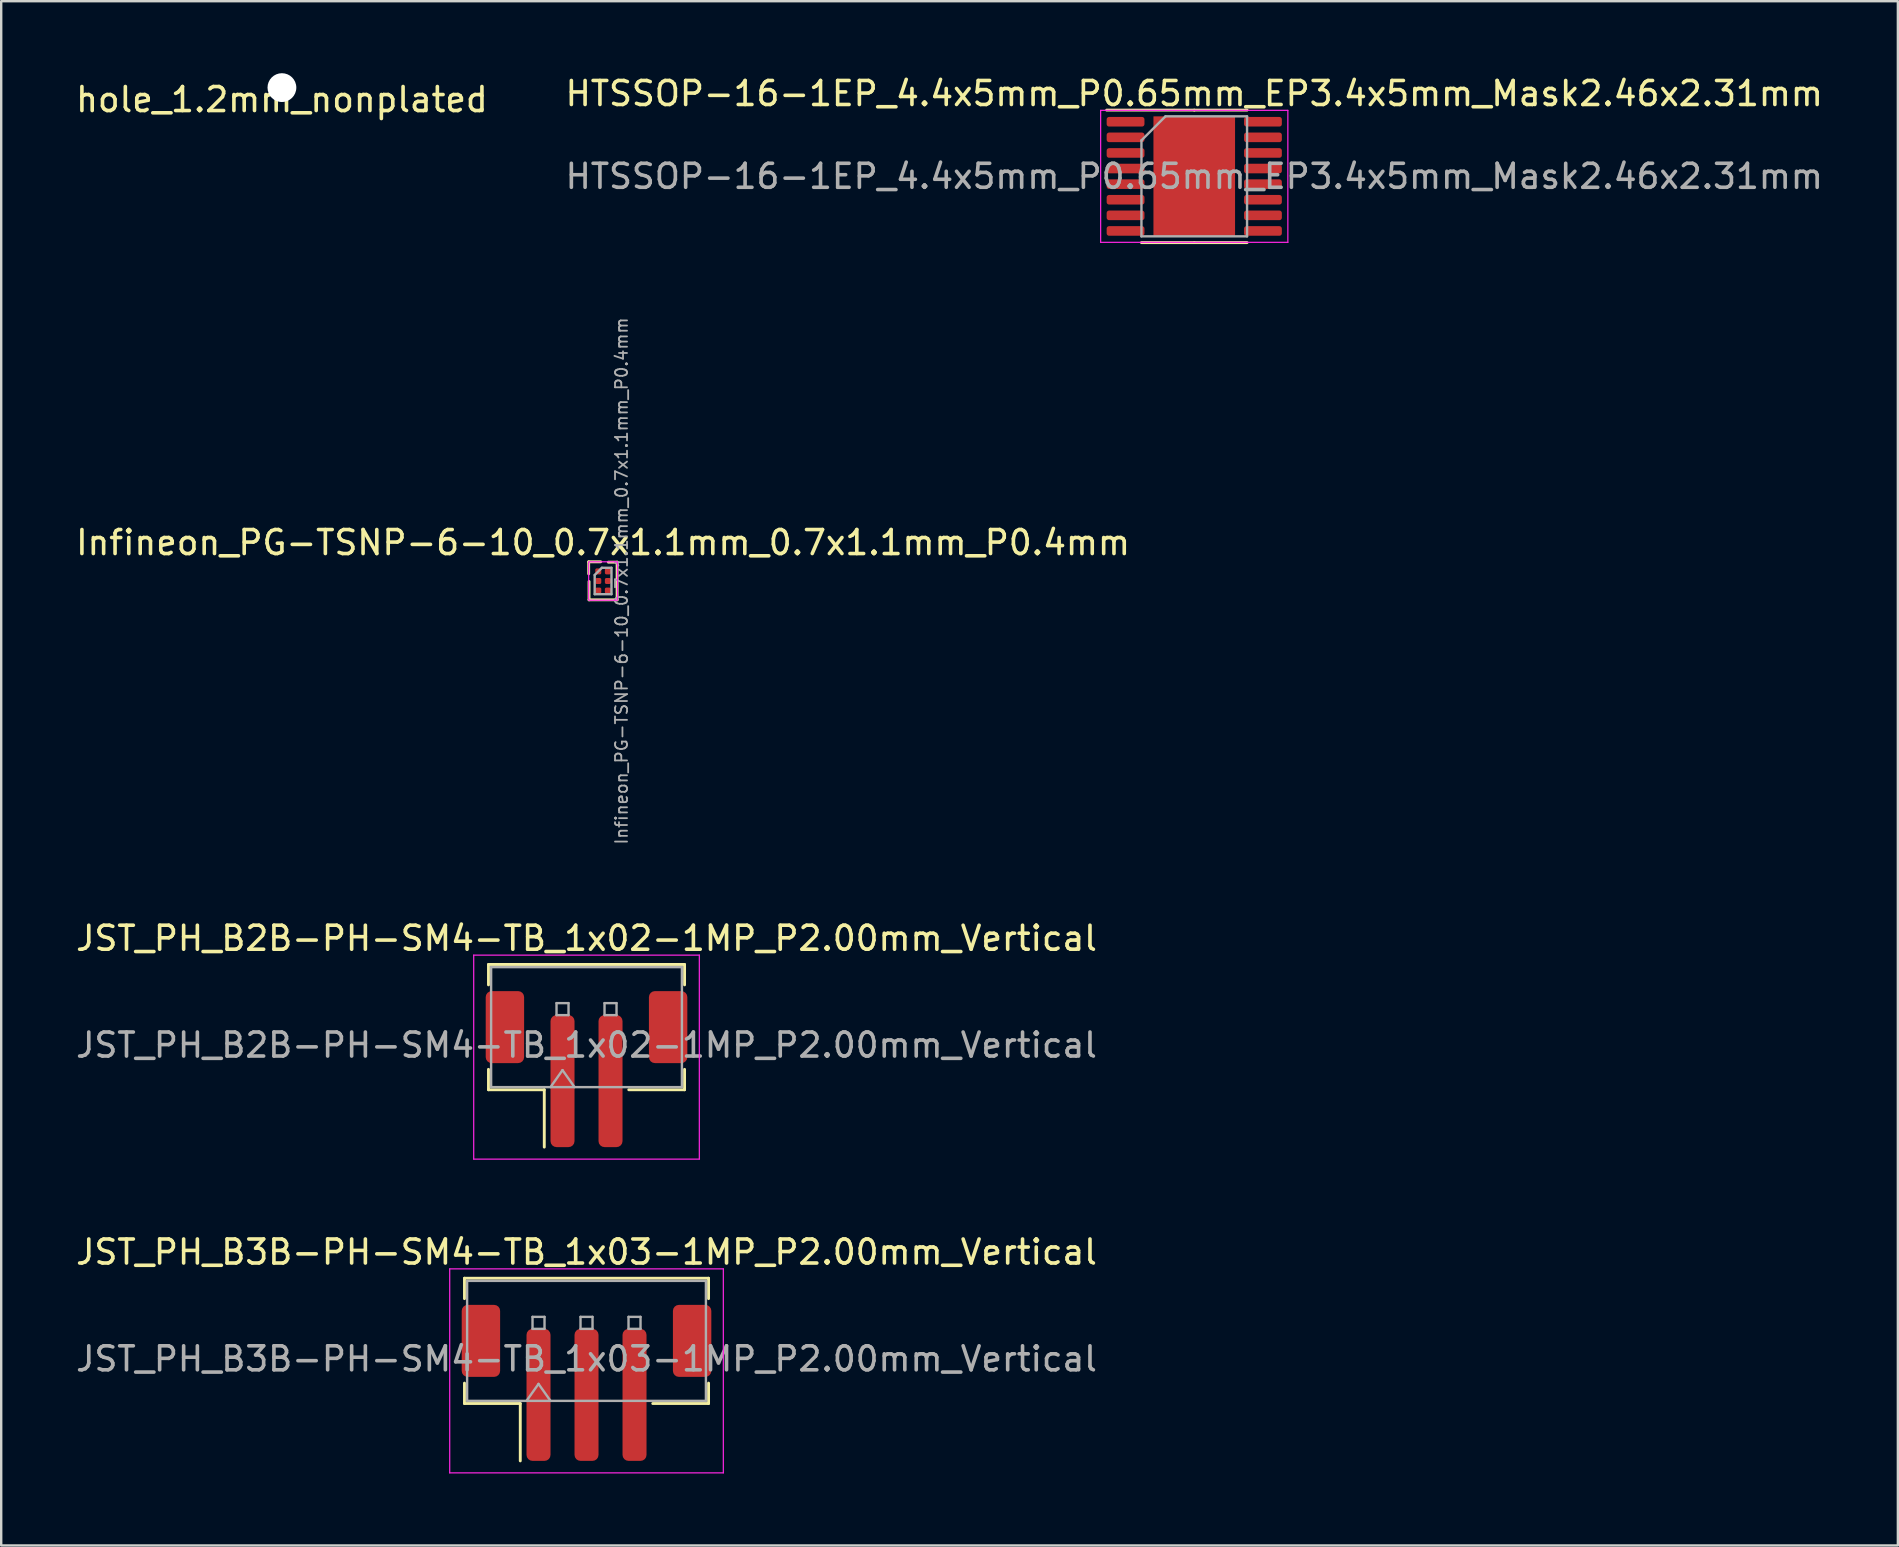
<source format=kicad_pcb>
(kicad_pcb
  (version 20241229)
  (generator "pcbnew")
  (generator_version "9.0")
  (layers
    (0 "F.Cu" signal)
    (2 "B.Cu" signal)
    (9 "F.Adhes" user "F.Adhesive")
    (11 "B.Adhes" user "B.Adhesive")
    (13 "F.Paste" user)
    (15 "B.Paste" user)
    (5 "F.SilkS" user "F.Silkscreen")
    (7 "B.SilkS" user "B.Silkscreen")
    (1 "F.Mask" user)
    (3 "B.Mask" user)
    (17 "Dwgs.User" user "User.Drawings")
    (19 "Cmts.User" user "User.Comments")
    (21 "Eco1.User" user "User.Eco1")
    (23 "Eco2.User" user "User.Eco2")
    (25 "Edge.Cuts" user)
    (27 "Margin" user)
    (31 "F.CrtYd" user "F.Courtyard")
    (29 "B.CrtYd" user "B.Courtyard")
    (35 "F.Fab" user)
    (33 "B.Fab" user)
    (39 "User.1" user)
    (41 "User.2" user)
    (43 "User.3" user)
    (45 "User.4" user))
  (footprint "JST_PH_B3B-PH-SM4-TB_1x03-1MP_P2.00mm_Vertical"
    (layer "F.Cu")
    (at 21.387 54.567)
    (property "Reference" "JST_PH_B3B-PH-SM4-TB_1x03-1MP_P2.00mm_Vertical" (at 0 -5.45 0) (layer "F.SilkS") (effects (font (size 1 1) (thickness 0.15))))
    (attr smd)
    (fp_line (start -5.085 -4.36) (end 5.085 -4.36) (stroke (width 0.12) (type solid)) (layer "F.SilkS"))
    (fp_line (start -5.085 -3.51) (end -5.085 -4.36) (stroke (width 0.12) (type solid)) (layer "F.SilkS"))
    (fp_line (start -5.085 0.01) (end -5.085 0.86) (stroke (width 0.12) (type solid)) (layer "F.SilkS"))
    (fp_line (start -5.085 0.86) (end -2.76 0.86) (stroke (width 0.12) (type solid)) (layer "F.SilkS"))
    (fp_line (start -2.76 0.86) (end -2.76 3.25) (stroke (width 0.12) (type solid)) (layer "F.SilkS"))
    (fp_line (start 5.085 -4.36) (end 5.085 -3.51) (stroke (width 0.12) (type solid)) (layer "F.SilkS"))
    (fp_line (start 5.085 0.01) (end 5.085 0.86) (stroke (width 0.12) (type solid)) (layer "F.SilkS"))
    (fp_line (start 5.085 0.86) (end 2.76 0.86) (stroke (width 0.12) (type solid)) (layer "F.SilkS"))
    (fp_line (start -5.7 -4.75) (end -5.7 3.75) (stroke (width 0.05) (type solid)) (layer "F.CrtYd"))
    (fp_line (start -5.7 3.75) (end 5.7 3.75) (stroke (width 0.05) (type solid)) (layer "F.CrtYd"))
    (fp_line (start 5.7 -4.75) (end -5.7 -4.75) (stroke (width 0.05) (type solid)) (layer "F.CrtYd"))
    (fp_line (start 5.7 3.75) (end 5.7 -4.75) (stroke (width 0.05) (type solid)) (layer "F.CrtYd"))
    (fp_line (start -4.975 -4.25) (end 4.975 -4.25) (stroke (width 0.1) (type solid)) (layer "F.Fab"))
    (fp_line (start -4.975 0.75) (end -4.975 -4.25) (stroke (width 0.1) (type solid)) (layer "F.Fab"))
    (fp_line (start -4.975 0.75) (end 4.975 0.75) (stroke (width 0.1) (type solid)) (layer "F.Fab"))
    (fp_line (start -2.5 0.75) (end -2 0.043) (stroke (width 0.1) (type solid)) (layer "F.Fab"))
    (fp_line (start -2.25 -2.75) (end -2.25 -2.25) (stroke (width 0.1) (type solid)) (layer "F.Fab"))
    (fp_line (start -2.25 -2.25) (end -1.75 -2.25) (stroke (width 0.1) (type solid)) (layer "F.Fab"))
    (fp_line (start -2 0.043) (end -1.5 0.75) (stroke (width 0.1) (type solid)) (layer "F.Fab"))
    (fp_line (start -1.75 -2.75) (end -2.25 -2.75) (stroke (width 0.1) (type solid)) (layer "F.Fab"))
    (fp_line (start -1.75 -2.25) (end -1.75 -2.75) (stroke (width 0.1) (type solid)) (layer "F.Fab"))
    (fp_line (start -0.25 -2.75) (end -0.25 -2.25) (stroke (width 0.1) (type solid)) (layer "F.Fab"))
    (fp_line (start -0.25 -2.25) (end 0.25 -2.25) (stroke (width 0.1) (type solid)) (layer "F.Fab"))
    (fp_line (start 0.25 -2.75) (end -0.25 -2.75) (stroke (width 0.1) (type solid)) (layer "F.Fab"))
    (fp_line (start 0.25 -2.25) (end 0.25 -2.75) (stroke (width 0.1) (type solid)) (layer "F.Fab"))
    (fp_line (start 1.75 -2.75) (end 1.75 -2.25) (stroke (width 0.1) (type solid)) (layer "F.Fab"))
    (fp_line (start 1.75 -2.25) (end 2.25 -2.25) (stroke (width 0.1) (type solid)) (layer "F.Fab"))
    (fp_line (start 2.25 -2.75) (end 1.75 -2.75) (stroke (width 0.1) (type solid)) (layer "F.Fab"))
    (fp_line (start 2.25 -2.25) (end 2.25 -2.75) (stroke (width 0.1) (type solid)) (layer "F.Fab"))
    (fp_line (start 4.975 0.75) (end 4.975 -4.25) (stroke (width 0.1) (type solid)) (layer "F.Fab"))
    (fp_text user "${REFERENCE}" (at 0 -1 0) (layer "F.Fab") (effects (font (size 1 1) (thickness 0.15))))
    (pad "1" smd roundrect (at -2 0.5) (size 1 5.5) (layers "F.Cu" "F.Mask" "F.Paste") (roundrect_rratio 0.25))
    (pad "2" smd roundrect (at 0 0.5) (size 1 5.5) (layers "F.Cu" "F.Mask" "F.Paste") (roundrect_rratio 0.25))
    (pad "3" smd roundrect (at 2 0.5) (size 1 5.5) (layers "F.Cu" "F.Mask" "F.Paste") (roundrect_rratio 0.25))
    (pad "MP" smd roundrect (at -4.4 -1.75) (size 1.6 3) (layers "F.Cu" "F.Mask" "F.Paste") (roundrect_rratio 0.156))
    (pad "MP" smd roundrect (at 4.4 -1.75) (size 1.6 3) (layers "F.Cu" "F.Mask" "F.Paste") (roundrect_rratio 0.156)))
  (footprint "hole_1.2mm_nonplated"
    (layer "F.Cu")
    (at 8.696 0.6)
    (property "Reference" "hole_1.2mm_nonplated" (at 0 0.5 0) (layer "F.SilkS") (effects (font (size 1 1) (thickness 0.15))))
    (attr through_hole)
    (pad "" np_thru_hole circle (at 0 0) (size 1.2 1.2) (drill 1.2) (layers "*.Cu" "*.Mask")))
  (footprint "HTSSOP-16-1EP_4.4x5mm_P0.65mm_EP3.4x5mm_Mask2.46x2.31mm"
    (layer "F.Cu")
    (at 46.708 4.298)
    (property "Reference" "HTSSOP-16-1EP_4.4x5mm_P0.65mm_EP3.4x5mm_Mask2.46x2.31mm" (at 0 -3.45 0) (layer "F.SilkS") (effects (font (size 1 1) (thickness 0.15))))
    (attr smd)
    (fp_line (start 0 -2.76) (end -3.65 -2.76) (stroke (width 0.12) (type solid)) (layer "F.SilkS"))
    (fp_line (start 0 -2.76) (end 2.2 -2.76) (stroke (width 0.12) (type solid)) (layer "F.SilkS"))
    (fp_line (start 0 2.76) (end -2.2 2.76) (stroke (width 0.12) (type solid)) (layer "F.SilkS"))
    (fp_line (start 0 2.76) (end 2.2 2.76) (stroke (width 0.12) (type solid)) (layer "F.SilkS"))
    (fp_line (start -3.9 -2.75) (end -3.9 2.75) (stroke (width 0.05) (type solid)) (layer "F.CrtYd"))
    (fp_line (start -3.9 2.75) (end 3.9 2.75) (stroke (width 0.05) (type solid)) (layer "F.CrtYd"))
    (fp_line (start 3.9 -2.75) (end -3.9 -2.75) (stroke (width 0.05) (type solid)) (layer "F.CrtYd"))
    (fp_line (start 3.9 2.75) (end 3.9 -2.75) (stroke (width 0.05) (type solid)) (layer "F.CrtYd"))
    (fp_line (start -2.2 -1.5) (end -1.2 -2.5) (stroke (width 0.1) (type solid)) (layer "F.Fab"))
    (fp_line (start -2.2 2.5) (end -2.2 -1.5) (stroke (width 0.1) (type solid)) (layer "F.Fab"))
    (fp_line (start -1.2 -2.5) (end 2.2 -2.5) (stroke (width 0.1) (type solid)) (layer "F.Fab"))
    (fp_line (start 2.2 -2.5) (end 2.2 2.5) (stroke (width 0.1) (type solid)) (layer "F.Fab"))
    (fp_line (start 2.2 2.5) (end -2.2 2.5) (stroke (width 0.1) (type solid)) (layer "F.Fab"))
    (fp_text user "${REFERENCE}" (at 0 0 0) (layer "F.Fab") (effects (font (size 1 1) (thickness 0.15))))
    (pad "" smd roundrect (at 0 -0.58) (size 1.98 0.93) (layers "F.Paste") (roundrect_rratio 0.25))
    (pad "" smd rect (at 0 0) (size 2.46 2.31) (layers "F.Mask"))
    (pad "" smd roundrect (at 0 0.58) (size 1.98 0.93) (layers "F.Paste") (roundrect_rratio 0.25))
    (pad "1" smd roundrect (at -2.862 -2.275) (size 1.575 0.4) (layers "F.Cu" "F.Mask" "F.Paste") (roundrect_rratio 0.25))
    (pad "2" smd roundrect (at -2.862 -1.625) (size 1.575 0.4) (layers "F.Cu" "F.Mask" "F.Paste") (roundrect_rratio 0.25))
    (pad "3" smd roundrect (at -2.862 -0.975) (size 1.575 0.4) (layers "F.Cu" "F.Mask" "F.Paste") (roundrect_rratio 0.25))
    (pad "4" smd roundrect (at -2.862 -0.325) (size 1.575 0.4) (layers "F.Cu" "F.Mask" "F.Paste") (roundrect_rratio 0.25))
    (pad "5" smd roundrect (at -2.862 0.325) (size 1.575 0.4) (layers "F.Cu" "F.Mask" "F.Paste") (roundrect_rratio 0.25))
    (pad "6" smd roundrect (at -2.862 0.975) (size 1.575 0.4) (layers "F.Cu" "F.Mask" "F.Paste") (roundrect_rratio 0.25))
    (pad "7" smd roundrect (at -2.862 1.625) (size 1.575 0.4) (layers "F.Cu" "F.Mask" "F.Paste") (roundrect_rratio 0.25))
    (pad "8" smd roundrect (at -2.862 2.275) (size 1.575 0.4) (layers "F.Cu" "F.Mask" "F.Paste") (roundrect_rratio 0.25))
    (pad "9" smd roundrect (at 2.862 2.275) (size 1.575 0.4) (layers "F.Cu" "F.Mask" "F.Paste") (roundrect_rratio 0.25))
    (pad "10" smd roundrect (at 2.862 1.625) (size 1.575 0.4) (layers "F.Cu" "F.Mask" "F.Paste") (roundrect_rratio 0.25))
    (pad "11" smd roundrect (at 2.862 0.975) (size 1.575 0.4) (layers "F.Cu" "F.Mask" "F.Paste") (roundrect_rratio 0.25))
    (pad "12" smd roundrect (at 2.862 0.325) (size 1.575 0.4) (layers "F.Cu" "F.Mask" "F.Paste") (roundrect_rratio 0.25))
    (pad "13" smd roundrect (at 2.862 -0.325) (size 1.575 0.4) (layers "F.Cu" "F.Mask" "F.Paste") (roundrect_rratio 0.25))
    (pad "14" smd roundrect (at 2.862 -0.975) (size 1.575 0.4) (layers "F.Cu" "F.Mask" "F.Paste") (roundrect_rratio 0.25))
    (pad "15" smd roundrect (at 2.862 -1.625) (size 1.575 0.4) (layers "F.Cu" "F.Mask" "F.Paste") (roundrect_rratio 0.25))
    (pad "16" smd roundrect (at 2.862 -2.275) (size 1.575 0.4) (layers "F.Cu" "F.Mask" "F.Paste") (roundrect_rratio 0.25))
    (pad "17" smd rect (at 0 0) (size 3.4 5) (layers "F.Cu")))
  (footprint "Infineon_PG-TSNP-6-10_0.7x1.1mm_0.7x1.1mm_P0.4mm"
    (layer "F.Cu")
    (at 22.077 21.157)
    (property "Reference" "Infineon_PG-TSNP-6-10_0.7x1.1mm_0.7x1.1mm_P0.4mm" (at 0 -1.6 0) (layer "F.SilkS") (effects (font (size 1 1) (thickness 0.15))))
    (attr smd)
    (fp_line (start -0.6 -0.8) (end -0.1 -0.8) (stroke (width 0.12) (type default)) (layer "F.SilkS"))
    (fp_line (start -0.6 -0.3) (end -0.6 -0.8) (stroke (width 0.12) (type default)) (layer "F.SilkS"))
    (fp_line (start -0.585 0.02) (end -0.585 0.785) (stroke (width 0.12) (type default)) (layer "F.SilkS"))
    (fp_line (start -0.585 0.785) (end 0.585 0.785) (stroke (width 0.12) (type default)) (layer "F.SilkS"))
    (fp_line (start 0.585 -0.785) (end 0.22 -0.785) (stroke (width 0.12) (type default)) (layer "F.SilkS"))
    (fp_line (start 0.585 0.785) (end 0.585 -0.785) (stroke (width 0.12) (type default)) (layer "F.SilkS"))
    (fp_rect (start -0.6 -0.8) (end 0.6 0.8) (stroke (width 0.05) (type default)) (fill no) (layer "F.CrtYd"))
    (fp_line (start -0.35 -0.25) (end -0.35 0.55) (stroke (width 0.1) (type default)) (layer "F.Fab"))
    (fp_line (start -0.35 -0.25) (end -0.05 -0.55) (stroke (width 0.1) (type default)) (layer "F.Fab"))
    (fp_line (start -0.35 0.55) (end 0.35 0.55) (stroke (width 0.1) (type default)) (layer "F.Fab"))
    (fp_line (start 0.35 -0.55) (end -0.05 -0.55) (stroke (width 0.1) (type default)) (layer "F.Fab"))
    (fp_line (start 0.35 0.55) (end 0.35 -0.55) (stroke (width 0.1) (type default)) (layer "F.Fab"))
    (fp_text user "${REFERENCE}" (at 0.77 0 90) (layer "F.Fab") (effects (font (size 0.5 0.5) (thickness 0.075))))
    (pad "" smd circle (at -0.2 -0.4) (size 0.25 0.25) (layers "F.Paste"))
    (pad "" smd circle (at -0.2 0) (size 0.25 0.25) (layers "F.Paste"))
    (pad "" smd circle (at -0.2 0.4) (size 0.25 0.25) (layers "F.Paste"))
    (pad "" smd circle (at 0.2 -0.4) (size 0.25 0.25) (layers "F.Paste"))
    (pad "" smd circle (at 0.2 0) (size 0.25 0.25) (layers "F.Paste"))
    (pad "" smd circle (at 0.2 0.4) (size 0.25 0.25) (layers "F.Paste"))
    (pad "1" smd roundrect (at -0.2 -0.4) (size 0.25 0.25) (layers "F.Cu" "F.Mask") (roundrect_rratio 0.25))
    (pad "2" smd roundrect (at -0.2 0) (size 0.25 0.25) (layers "F.Cu" "F.Mask") (roundrect_rratio 0.25))
    (pad "3" smd roundrect (at -0.2 0.4) (size 0.25 0.25) (layers "F.Cu" "F.Mask") (roundrect_rratio 0.25))
    (pad "4" smd roundrect (at 0.2 0.4) (size 0.25 0.25) (layers "F.Cu" "F.Mask") (roundrect_rratio 0.25))
    (pad "5" smd roundrect (at 0.2 0) (size 0.25 0.25) (layers "F.Cu" "F.Mask") (roundrect_rratio 0.25))
    (pad "6" smd roundrect (at 0.2 -0.4) (size 0.25 0.25) (layers "F.Cu" "F.Mask") (roundrect_rratio 0.25)))
  (footprint "JST_PH_B2B-PH-SM4-TB_1x02-1MP_P2.00mm_Vertical"
    (layer "F.Cu")
    (at 21.387 41.494)
    (property "Reference" "JST_PH_B2B-PH-SM4-TB_1x02-1MP_P2.00mm_Vertical" (at 0 -5.45 0) (layer "F.SilkS") (effects (font (size 1 1) (thickness 0.15))))
    (attr smd)
    (fp_line (start -4.085 -4.36) (end 4.085 -4.36) (stroke (width 0.12) (type solid)) (layer "F.SilkS"))
    (fp_line (start -4.085 -3.51) (end -4.085 -4.36) (stroke (width 0.12) (type solid)) (layer "F.SilkS"))
    (fp_line (start -4.085 0.01) (end -4.085 0.86) (stroke (width 0.12) (type solid)) (layer "F.SilkS"))
    (fp_line (start -4.085 0.86) (end -1.76 0.86) (stroke (width 0.12) (type solid)) (layer "F.SilkS"))
    (fp_line (start -1.76 0.86) (end -1.76 3.25) (stroke (width 0.12) (type solid)) (layer "F.SilkS"))
    (fp_line (start 4.085 -4.36) (end 4.085 -3.51) (stroke (width 0.12) (type solid)) (layer "F.SilkS"))
    (fp_line (start 4.085 0.01) (end 4.085 0.86) (stroke (width 0.12) (type solid)) (layer "F.SilkS"))
    (fp_line (start 4.085 0.86) (end 1.76 0.86) (stroke (width 0.12) (type solid)) (layer "F.SilkS"))
    (fp_line (start -4.7 -4.75) (end -4.7 3.75) (stroke (width 0.05) (type solid)) (layer "F.CrtYd"))
    (fp_line (start -4.7 3.75) (end 4.7 3.75) (stroke (width 0.05) (type solid)) (layer "F.CrtYd"))
    (fp_line (start 4.7 -4.75) (end -4.7 -4.75) (stroke (width 0.05) (type solid)) (layer "F.CrtYd"))
    (fp_line (start 4.7 3.75) (end 4.7 -4.75) (stroke (width 0.05) (type solid)) (layer "F.CrtYd"))
    (fp_line (start -3.975 -4.25) (end 3.975 -4.25) (stroke (width 0.1) (type solid)) (layer "F.Fab"))
    (fp_line (start -3.975 0.75) (end -3.975 -4.25) (stroke (width 0.1) (type solid)) (layer "F.Fab"))
    (fp_line (start -3.975 0.75) (end 3.975 0.75) (stroke (width 0.1) (type solid)) (layer "F.Fab"))
    (fp_line (start -1.5 0.75) (end -1 0.043) (stroke (width 0.1) (type solid)) (layer "F.Fab"))
    (fp_line (start -1.25 -2.75) (end -1.25 -2.25) (stroke (width 0.1) (type solid)) (layer "F.Fab"))
    (fp_line (start -1.25 -2.25) (end -0.75 -2.25) (stroke (width 0.1) (type solid)) (layer "F.Fab"))
    (fp_line (start -1 0.043) (end -0.5 0.75) (stroke (width 0.1) (type solid)) (layer "F.Fab"))
    (fp_line (start -0.75 -2.75) (end -1.25 -2.75) (stroke (width 0.1) (type solid)) (layer "F.Fab"))
    (fp_line (start -0.75 -2.25) (end -0.75 -2.75) (stroke (width 0.1) (type solid)) (layer "F.Fab"))
    (fp_line (start 0.75 -2.75) (end 0.75 -2.25) (stroke (width 0.1) (type solid)) (layer "F.Fab"))
    (fp_line (start 0.75 -2.25) (end 1.25 -2.25) (stroke (width 0.1) (type solid)) (layer "F.Fab"))
    (fp_line (start 1.25 -2.75) (end 0.75 -2.75) (stroke (width 0.1) (type solid)) (layer "F.Fab"))
    (fp_line (start 1.25 -2.25) (end 1.25 -2.75) (stroke (width 0.1) (type solid)) (layer "F.Fab"))
    (fp_line (start 3.975 0.75) (end 3.975 -4.25) (stroke (width 0.1) (type solid)) (layer "F.Fab"))
    (fp_text user "${REFERENCE}" (at 0 -1 0) (layer "F.Fab") (effects (font (size 1 1) (thickness 0.15))))
    (pad "1" smd roundrect (at -1 0.5) (size 1 5.5) (layers "F.Cu" "F.Mask" "F.Paste") (roundrect_rratio 0.25))
    (pad "2" smd roundrect (at 1 0.5) (size 1 5.5) (layers "F.Cu" "F.Mask" "F.Paste") (roundrect_rratio 0.25))
    (pad "MP" smd roundrect (at -3.4 -1.75) (size 1.6 3) (layers "F.Cu" "F.Mask" "F.Paste") (roundrect_rratio 0.156))
    (pad "MP" smd roundrect (at 3.4 -1.75) (size 1.6 3) (layers "F.Cu" "F.Mask" "F.Paste") (roundrect_rratio 0.156)))
  (gr_rect
    (start -3 -3)
    (end 76.024 61.342)
    (stroke (width 0.1) (type default))
    (fill no)
    (layer "Edge.Cuts")))
</source>
